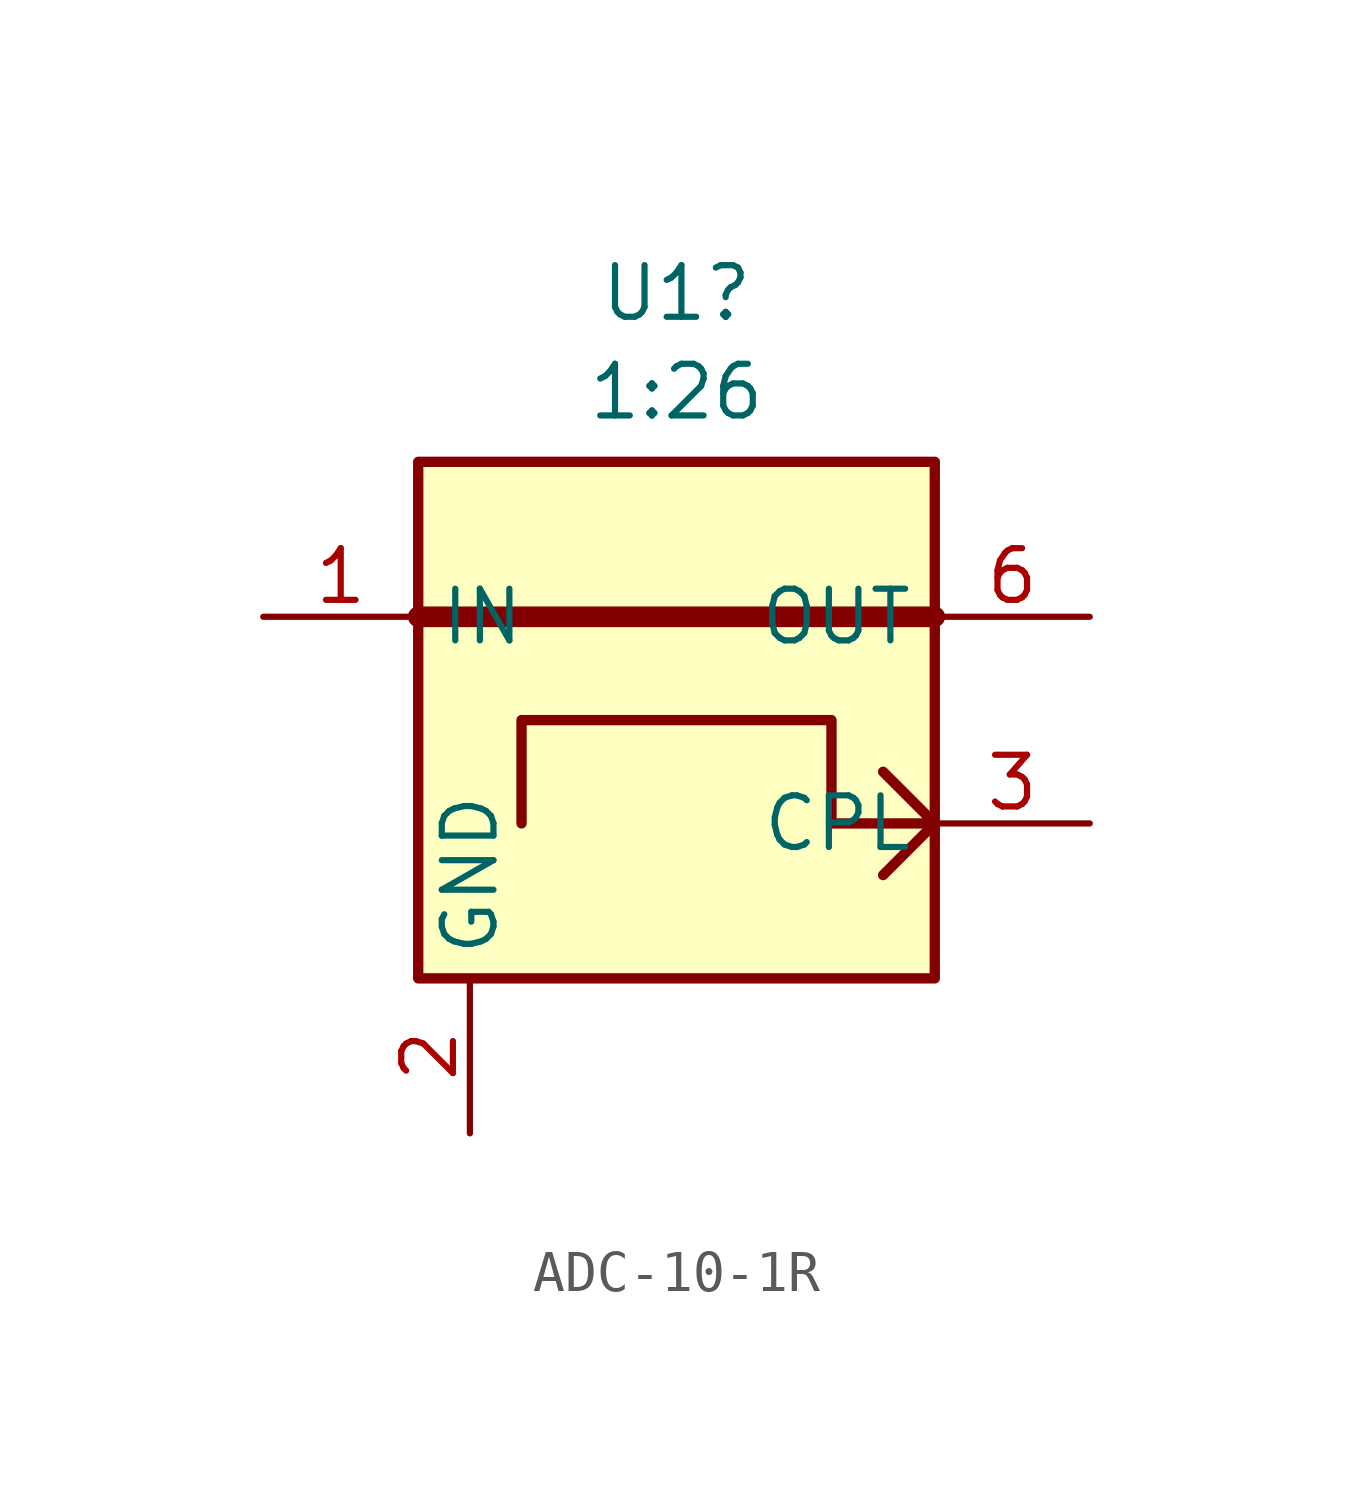
<source format=kicad_sym>
(kicad_symbol_lib
  (version 20241209)
  (generator "kicad_symbol_editor")
  (generator_version "9.0")
  (symbol "ADC-10-1R"
    (property "Reference" "U1"
      (at 0 10.495 0)
      (effects (font (size 1.27 1.27))))
    (property "Value" "1:26"
      (at 0 8.07 0)
      (effects (font (size 1.27 1.27))))
    (symbol "ADC-10-1R_0_1"
      (rectangle (start -6.35 6.35) (end 6.35 -6.35) (stroke (width 0.254) (type default)) (fill (type background)))
      (polyline (pts (xy -6.35 2.54) (xy 6.35 2.54)) (stroke (width 0.508) (type default)) (fill (type none)))
      (polyline (pts (xy 6.35 -2.54) (xy 5.08 -1.27)) (stroke (width 0.254) (type default)) (fill (type none)))
      (polyline (pts (xy 6.35 -2.54) (xy 5.08 -3.81)) (stroke (width 0.254) (type default)) (fill (type none)))
      (polyline (pts (xy 6.35 -2.54) (xy 3.81 -2.54) (xy 3.81 0) (xy -3.81 0) (xy -3.81 -2.54)) (stroke (width 0.254) (type default)) (fill (type none))))
    (symbol "ADC-10-1R_1_1"
      (pin input line (at -10.16 2.54 0) (length 3.81) (name "IN" (effects (font (size 1.27 1.27)))) (number "1" (effects (font (size 1.27 1.27)))))
      (pin power_in line (at -5.08 -10.16 90) (length 3.81) (name "GND" (effects (font (size 1.27 1.27)))) (number "2" (effects (font (size 1.27 1.27)))))
      (pin passive line (at -5.08 -10.16 90) (length 3.81) (hide yes) (name "GND" (effects (font (size 1.27 1.27)))) (number "5" (effects (font (size 1.27 1.27)))))
      (pin no_connect line (at 6.35 0 180) (length 3.81) (hide yes) (name "NC" (effects (font (size 1.27 1.27)))) (number "4" (effects (font (size 1.27 1.27)))))
      (pin output line (at 10.16 2.54 180) (length 3.81) (name "OUT" (effects (font (size 1.27 1.27)))) (number "6" (effects (font (size 1.27 1.27)))))
      (pin output line (at 10.16 -2.54 180) (length 3.81) (name "CPL" (effects (font (size 1.27 1.27)))) (number "3" (effects (font (size 1.27 1.27))))))))
</source>
